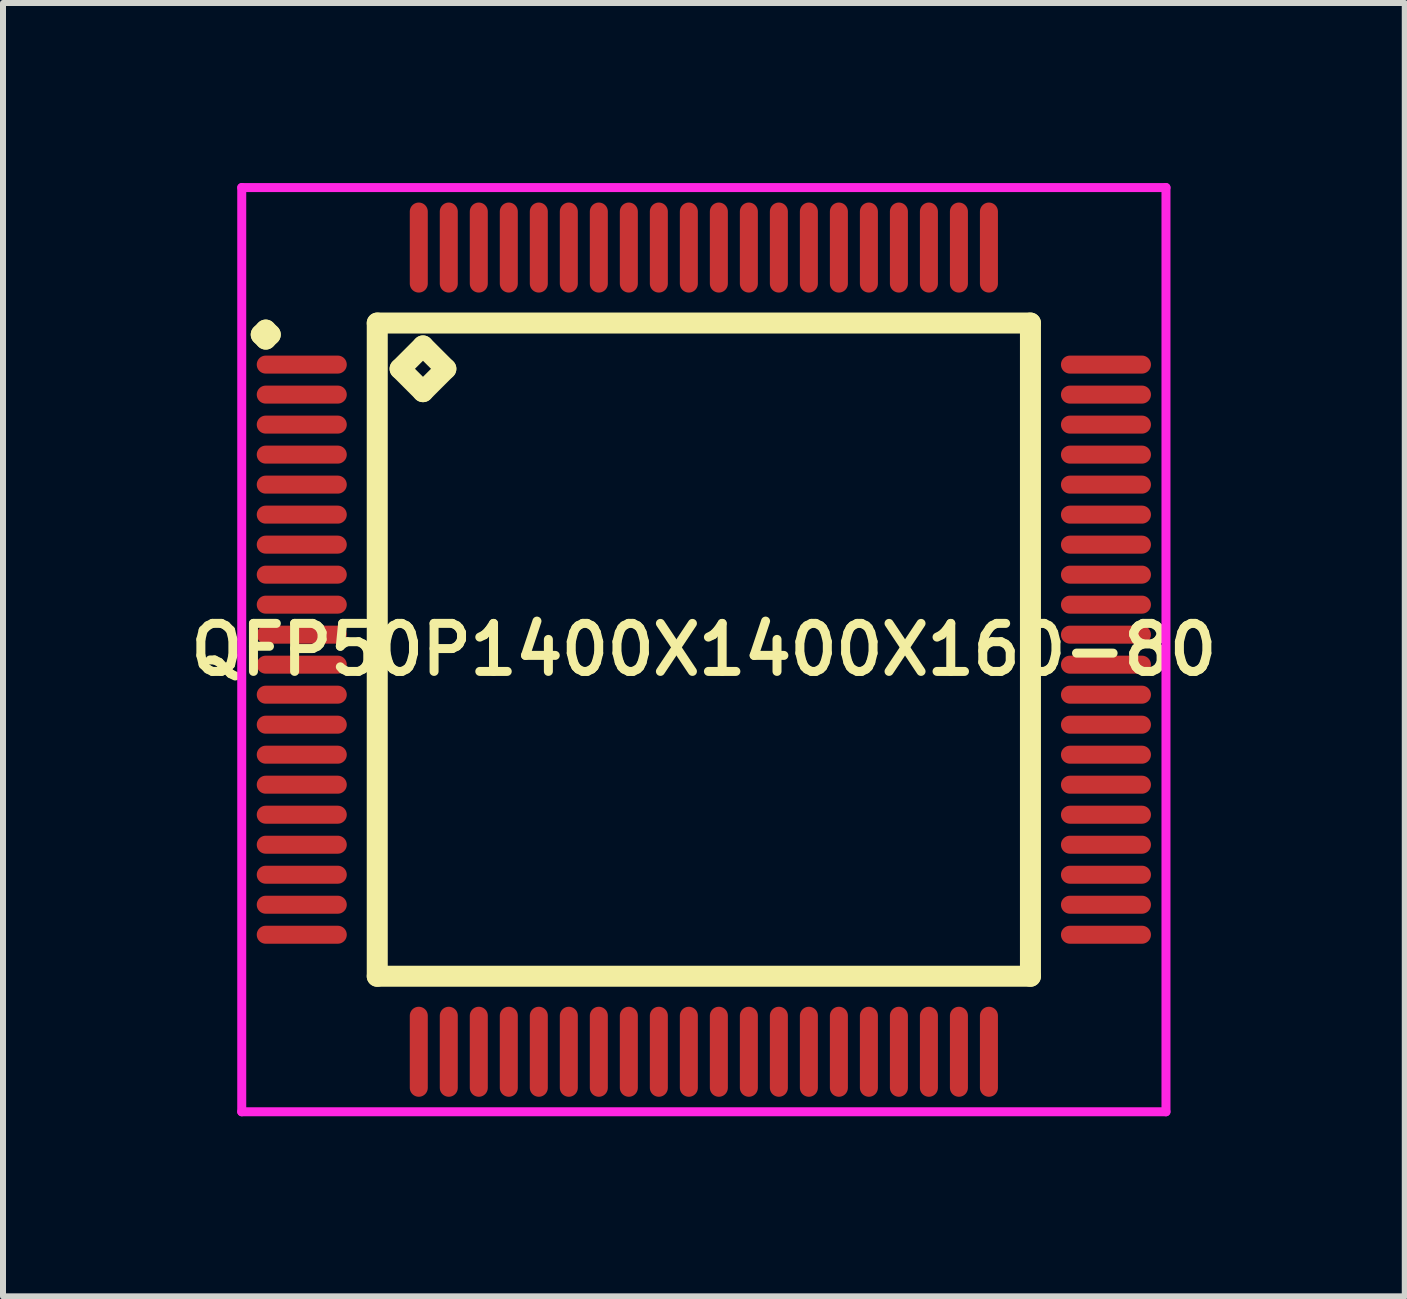
<source format=kicad_pcb>
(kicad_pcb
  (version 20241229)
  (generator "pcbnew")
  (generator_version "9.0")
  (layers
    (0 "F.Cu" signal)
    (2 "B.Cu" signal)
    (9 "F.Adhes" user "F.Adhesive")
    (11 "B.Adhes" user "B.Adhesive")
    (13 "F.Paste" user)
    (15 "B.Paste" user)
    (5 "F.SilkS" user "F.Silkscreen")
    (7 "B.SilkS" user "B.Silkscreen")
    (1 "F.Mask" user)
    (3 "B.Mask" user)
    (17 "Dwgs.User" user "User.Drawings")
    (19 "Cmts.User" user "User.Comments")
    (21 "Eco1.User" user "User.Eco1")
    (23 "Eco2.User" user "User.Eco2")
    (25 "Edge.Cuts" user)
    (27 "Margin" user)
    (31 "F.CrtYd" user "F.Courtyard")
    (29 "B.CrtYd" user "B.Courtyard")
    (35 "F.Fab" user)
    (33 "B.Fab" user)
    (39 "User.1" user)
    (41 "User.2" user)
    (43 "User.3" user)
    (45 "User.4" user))
  (footprint "QFP50P1400X1400X160-80"
    (layer "F.Cu")
    (at 8.678 7.775)
    (property "Reference" "QFP50P1400X1400X160-80" (at 0 0 0) (layer "F.SilkS") (effects (font (size 0.8 0.8) (thickness 0.15))))
    (attr through_hole)
    (fp_line (start -7.375 -5.25) (end -7.3 -5.325) (stroke (width 0.35) (type solid)) (layer "F.SilkS"))
    (fp_line (start -7.3 -5.325) (end -7.225 -5.25) (stroke (width 0.35) (type solid)) (layer "F.SilkS"))
    (fp_line (start -7.3 -5.175) (end -7.375 -5.25) (stroke (width 0.35) (type solid)) (layer "F.SilkS"))
    (fp_line (start -7.225 -5.25) (end -7.3 -5.175) (stroke (width 0.35) (type solid)) (layer "F.SilkS"))
    (fp_line (start -5.442 -5.442) (end -5.442 5.442) (stroke (width 0.35) (type solid)) (layer "F.SilkS"))
    (fp_line (start -5.442 5.442) (end 5.442 5.442) (stroke (width 0.35) (type solid)) (layer "F.SilkS"))
    (fp_line (start -5.061 -4.68) (end -4.68 -5.061) (stroke (width 0.35) (type solid)) (layer "F.SilkS"))
    (fp_line (start -4.68 -5.061) (end -4.299 -4.68) (stroke (width 0.35) (type solid)) (layer "F.SilkS"))
    (fp_line (start -4.68 -4.299) (end -5.061 -4.68) (stroke (width 0.35) (type solid)) (layer "F.SilkS"))
    (fp_line (start -4.299 -4.68) (end -4.68 -4.299) (stroke (width 0.35) (type solid)) (layer "F.SilkS"))
    (fp_line (start 5.442 -5.442) (end -5.442 -5.442) (stroke (width 0.35) (type solid)) (layer "F.SilkS"))
    (fp_line (start 5.442 5.442) (end 5.442 -5.442) (stroke (width 0.35) (type solid)) (layer "F.SilkS"))
    (fp_line (start -7.7 -7.7) (end 7.7 -7.7) (stroke (width 0.15) (type solid)) (layer "F.CrtYd"))
    (fp_line (start -7.7 7.7) (end -7.7 -7.7) (stroke (width 0.15) (type solid)) (layer "F.CrtYd"))
    (fp_line (start 7.7 -7.7) (end 7.7 7.7) (stroke (width 0.15) (type solid)) (layer "F.CrtYd"))
    (fp_line (start 7.7 7.7) (end -7.7 7.7) (stroke (width 0.15) (type solid)) (layer "F.CrtYd"))
    (pad "1" smd oval (at -6.7 -4.75) (size 1.5 0.3) (layers "F.Cu" "F.Mask" "F.Paste"))
    (pad "2" smd oval (at -6.7 -4.25) (size 1.5 0.3) (layers "F.Cu" "F.Mask" "F.Paste"))
    (pad "3" smd oval (at -6.7 -3.75) (size 1.5 0.3) (layers "F.Cu" "F.Mask" "F.Paste"))
    (pad "4" smd oval (at -6.7 -3.25) (size 1.5 0.3) (layers "F.Cu" "F.Mask" "F.Paste"))
    (pad "5" smd oval (at -6.7 -2.75) (size 1.5 0.3) (layers "F.Cu" "F.Mask" "F.Paste"))
    (pad "6" smd oval (at -6.7 -2.25) (size 1.5 0.3) (layers "F.Cu" "F.Mask" "F.Paste"))
    (pad "7" smd oval (at -6.7 -1.75) (size 1.5 0.3) (layers "F.Cu" "F.Mask" "F.Paste"))
    (pad "8" smd oval (at -6.7 -1.25) (size 1.5 0.3) (layers "F.Cu" "F.Mask" "F.Paste"))
    (pad "9" smd oval (at -6.7 -0.75) (size 1.5 0.3) (layers "F.Cu" "F.Mask" "F.Paste"))
    (pad "10" smd oval (at -6.7 -0.25) (size 1.5 0.3) (layers "F.Cu" "F.Mask" "F.Paste"))
    (pad "11" smd oval (at -6.7 0.25) (size 1.5 0.3) (layers "F.Cu" "F.Mask" "F.Paste"))
    (pad "12" smd oval (at -6.7 0.75) (size 1.5 0.3) (layers "F.Cu" "F.Mask" "F.Paste"))
    (pad "13" smd oval (at -6.7 1.25) (size 1.5 0.3) (layers "F.Cu" "F.Mask" "F.Paste"))
    (pad "14" smd oval (at -6.7 1.75) (size 1.5 0.3) (layers "F.Cu" "F.Mask" "F.Paste"))
    (pad "15" smd oval (at -6.7 2.25) (size 1.5 0.3) (layers "F.Cu" "F.Mask" "F.Paste"))
    (pad "16" smd oval (at -6.7 2.75) (size 1.5 0.3) (layers "F.Cu" "F.Mask" "F.Paste"))
    (pad "17" smd oval (at -6.7 3.25) (size 1.5 0.3) (layers "F.Cu" "F.Mask" "F.Paste"))
    (pad "18" smd oval (at -6.7 3.75) (size 1.5 0.3) (layers "F.Cu" "F.Mask" "F.Paste"))
    (pad "19" smd oval (at -6.7 4.25) (size 1.5 0.3) (layers "F.Cu" "F.Mask" "F.Paste"))
    (pad "20" smd oval (at -6.7 4.75) (size 1.5 0.3) (layers "F.Cu" "F.Mask" "F.Paste"))
    (pad "21" smd oval (at -4.75 6.7) (size 0.3 1.5) (layers "F.Cu" "F.Mask" "F.Paste"))
    (pad "22" smd oval (at -4.25 6.7) (size 0.3 1.5) (layers "F.Cu" "F.Mask" "F.Paste"))
    (pad "23" smd oval (at -3.75 6.7) (size 0.3 1.5) (layers "F.Cu" "F.Mask" "F.Paste"))
    (pad "24" smd oval (at -3.25 6.7) (size 0.3 1.5) (layers "F.Cu" "F.Mask" "F.Paste"))
    (pad "25" smd oval (at -2.75 6.7) (size 0.3 1.5) (layers "F.Cu" "F.Mask" "F.Paste"))
    (pad "26" smd oval (at -2.25 6.7) (size 0.3 1.5) (layers "F.Cu" "F.Mask" "F.Paste"))
    (pad "27" smd oval (at -1.75 6.7) (size 0.3 1.5) (layers "F.Cu" "F.Mask" "F.Paste"))
    (pad "28" smd oval (at -1.25 6.7) (size 0.3 1.5) (layers "F.Cu" "F.Mask" "F.Paste"))
    (pad "29" smd oval (at -0.75 6.7) (size 0.3 1.5) (layers "F.Cu" "F.Mask" "F.Paste"))
    (pad "30" smd oval (at -0.25 6.7) (size 0.3 1.5) (layers "F.Cu" "F.Mask" "F.Paste"))
    (pad "31" smd oval (at 0.25 6.7) (size 0.3 1.5) (layers "F.Cu" "F.Mask" "F.Paste"))
    (pad "32" smd oval (at 0.75 6.7) (size 0.3 1.5) (layers "F.Cu" "F.Mask" "F.Paste"))
    (pad "33" smd oval (at 1.25 6.7) (size 0.3 1.5) (layers "F.Cu" "F.Mask" "F.Paste"))
    (pad "34" smd oval (at 1.75 6.7) (size 0.3 1.5) (layers "F.Cu" "F.Mask" "F.Paste"))
    (pad "35" smd oval (at 2.25 6.7) (size 0.3 1.5) (layers "F.Cu" "F.Mask" "F.Paste"))
    (pad "36" smd oval (at 2.75 6.7) (size 0.3 1.5) (layers "F.Cu" "F.Mask" "F.Paste"))
    (pad "37" smd oval (at 3.25 6.7) (size 0.3 1.5) (layers "F.Cu" "F.Mask" "F.Paste"))
    (pad "38" smd oval (at 3.75 6.7) (size 0.3 1.5) (layers "F.Cu" "F.Mask" "F.Paste"))
    (pad "39" smd oval (at 4.25 6.7) (size 0.3 1.5) (layers "F.Cu" "F.Mask" "F.Paste"))
    (pad "40" smd oval (at 4.75 6.7) (size 0.3 1.5) (layers "F.Cu" "F.Mask" "F.Paste"))
    (pad "41" smd oval (at 6.7 4.75) (size 1.5 0.3) (layers "F.Cu" "F.Mask" "F.Paste"))
    (pad "42" smd oval (at 6.7 4.25) (size 1.5 0.3) (layers "F.Cu" "F.Mask" "F.Paste"))
    (pad "43" smd oval (at 6.7 3.75) (size 1.5 0.3) (layers "F.Cu" "F.Mask" "F.Paste"))
    (pad "44" smd oval (at 6.7 3.25) (size 1.5 0.3) (layers "F.Cu" "F.Mask" "F.Paste"))
    (pad "45" smd oval (at 6.7 2.75) (size 1.5 0.3) (layers "F.Cu" "F.Mask" "F.Paste"))
    (pad "46" smd oval (at 6.7 2.25) (size 1.5 0.3) (layers "F.Cu" "F.Mask" "F.Paste"))
    (pad "47" smd oval (at 6.7 1.75) (size 1.5 0.3) (layers "F.Cu" "F.Mask" "F.Paste"))
    (pad "48" smd oval (at 6.7 1.25) (size 1.5 0.3) (layers "F.Cu" "F.Mask" "F.Paste"))
    (pad "49" smd oval (at 6.7 0.75) (size 1.5 0.3) (layers "F.Cu" "F.Mask" "F.Paste"))
    (pad "50" smd oval (at 6.7 0.25) (size 1.5 0.3) (layers "F.Cu" "F.Mask" "F.Paste"))
    (pad "51" smd oval (at 6.7 -0.25) (size 1.5 0.3) (layers "F.Cu" "F.Mask" "F.Paste"))
    (pad "52" smd oval (at 6.7 -0.75) (size 1.5 0.3) (layers "F.Cu" "F.Mask" "F.Paste"))
    (pad "53" smd oval (at 6.7 -1.25) (size 1.5 0.3) (layers "F.Cu" "F.Mask" "F.Paste"))
    (pad "54" smd oval (at 6.7 -1.75) (size 1.5 0.3) (layers "F.Cu" "F.Mask" "F.Paste"))
    (pad "55" smd oval (at 6.7 -2.25) (size 1.5 0.3) (layers "F.Cu" "F.Mask" "F.Paste"))
    (pad "56" smd oval (at 6.7 -2.75) (size 1.5 0.3) (layers "F.Cu" "F.Mask" "F.Paste"))
    (pad "57" smd oval (at 6.7 -3.25) (size 1.5 0.3) (layers "F.Cu" "F.Mask" "F.Paste"))
    (pad "58" smd oval (at 6.7 -3.75) (size 1.5 0.3) (layers "F.Cu" "F.Mask" "F.Paste"))
    (pad "59" smd oval (at 6.7 -4.25) (size 1.5 0.3) (layers "F.Cu" "F.Mask" "F.Paste"))
    (pad "60" smd oval (at 6.7 -4.75) (size 1.5 0.3) (layers "F.Cu" "F.Mask" "F.Paste"))
    (pad "61" smd oval (at 4.75 -6.7) (size 0.3 1.5) (layers "F.Cu" "F.Mask" "F.Paste"))
    (pad "62" smd oval (at 4.25 -6.7) (size 0.3 1.5) (layers "F.Cu" "F.Mask" "F.Paste"))
    (pad "63" smd oval (at 3.75 -6.7) (size 0.3 1.5) (layers "F.Cu" "F.Mask" "F.Paste"))
    (pad "64" smd oval (at 3.25 -6.7) (size 0.3 1.5) (layers "F.Cu" "F.Mask" "F.Paste"))
    (pad "65" smd oval (at 2.75 -6.7) (size 0.3 1.5) (layers "F.Cu" "F.Mask" "F.Paste"))
    (pad "66" smd oval (at 2.25 -6.7) (size 0.3 1.5) (layers "F.Cu" "F.Mask" "F.Paste"))
    (pad "67" smd oval (at 1.75 -6.7) (size 0.3 1.5) (layers "F.Cu" "F.Mask" "F.Paste"))
    (pad "68" smd oval (at 1.25 -6.7) (size 0.3 1.5) (layers "F.Cu" "F.Mask" "F.Paste"))
    (pad "69" smd oval (at 0.75 -6.7) (size 0.3 1.5) (layers "F.Cu" "F.Mask" "F.Paste"))
    (pad "70" smd oval (at 0.25 -6.7) (size 0.3 1.5) (layers "F.Cu" "F.Mask" "F.Paste"))
    (pad "71" smd oval (at -0.25 -6.7) (size 0.3 1.5) (layers "F.Cu" "F.Mask" "F.Paste"))
    (pad "72" smd oval (at -0.75 -6.7) (size 0.3 1.5) (layers "F.Cu" "F.Mask" "F.Paste"))
    (pad "73" smd oval (at -1.25 -6.7) (size 0.3 1.5) (layers "F.Cu" "F.Mask" "F.Paste"))
    (pad "74" smd oval (at -1.75 -6.7) (size 0.3 1.5) (layers "F.Cu" "F.Mask" "F.Paste"))
    (pad "75" smd oval (at -2.25 -6.7) (size 0.3 1.5) (layers "F.Cu" "F.Mask" "F.Paste"))
    (pad "76" smd oval (at -2.75 -6.7) (size 0.3 1.5) (layers "F.Cu" "F.Mask" "F.Paste"))
    (pad "77" smd oval (at -3.25 -6.7) (size 0.3 1.5) (layers "F.Cu" "F.Mask" "F.Paste"))
    (pad "78" smd oval (at -3.75 -6.7) (size 0.3 1.5) (layers "F.Cu" "F.Mask" "F.Paste"))
    (pad "79" smd oval (at -4.25 -6.7) (size 0.3 1.5) (layers "F.Cu" "F.Mask" "F.Paste"))
    (pad "80" smd oval (at -4.75 -6.7) (size 0.3 1.5) (layers "F.Cu" "F.Mask" "F.Paste")))
  (gr_rect
    (start -3 -3)
    (end 20.357 18.55)
    (stroke (width 0.1) (type default))
    (fill no)
    (layer "Edge.Cuts")))
</source>
